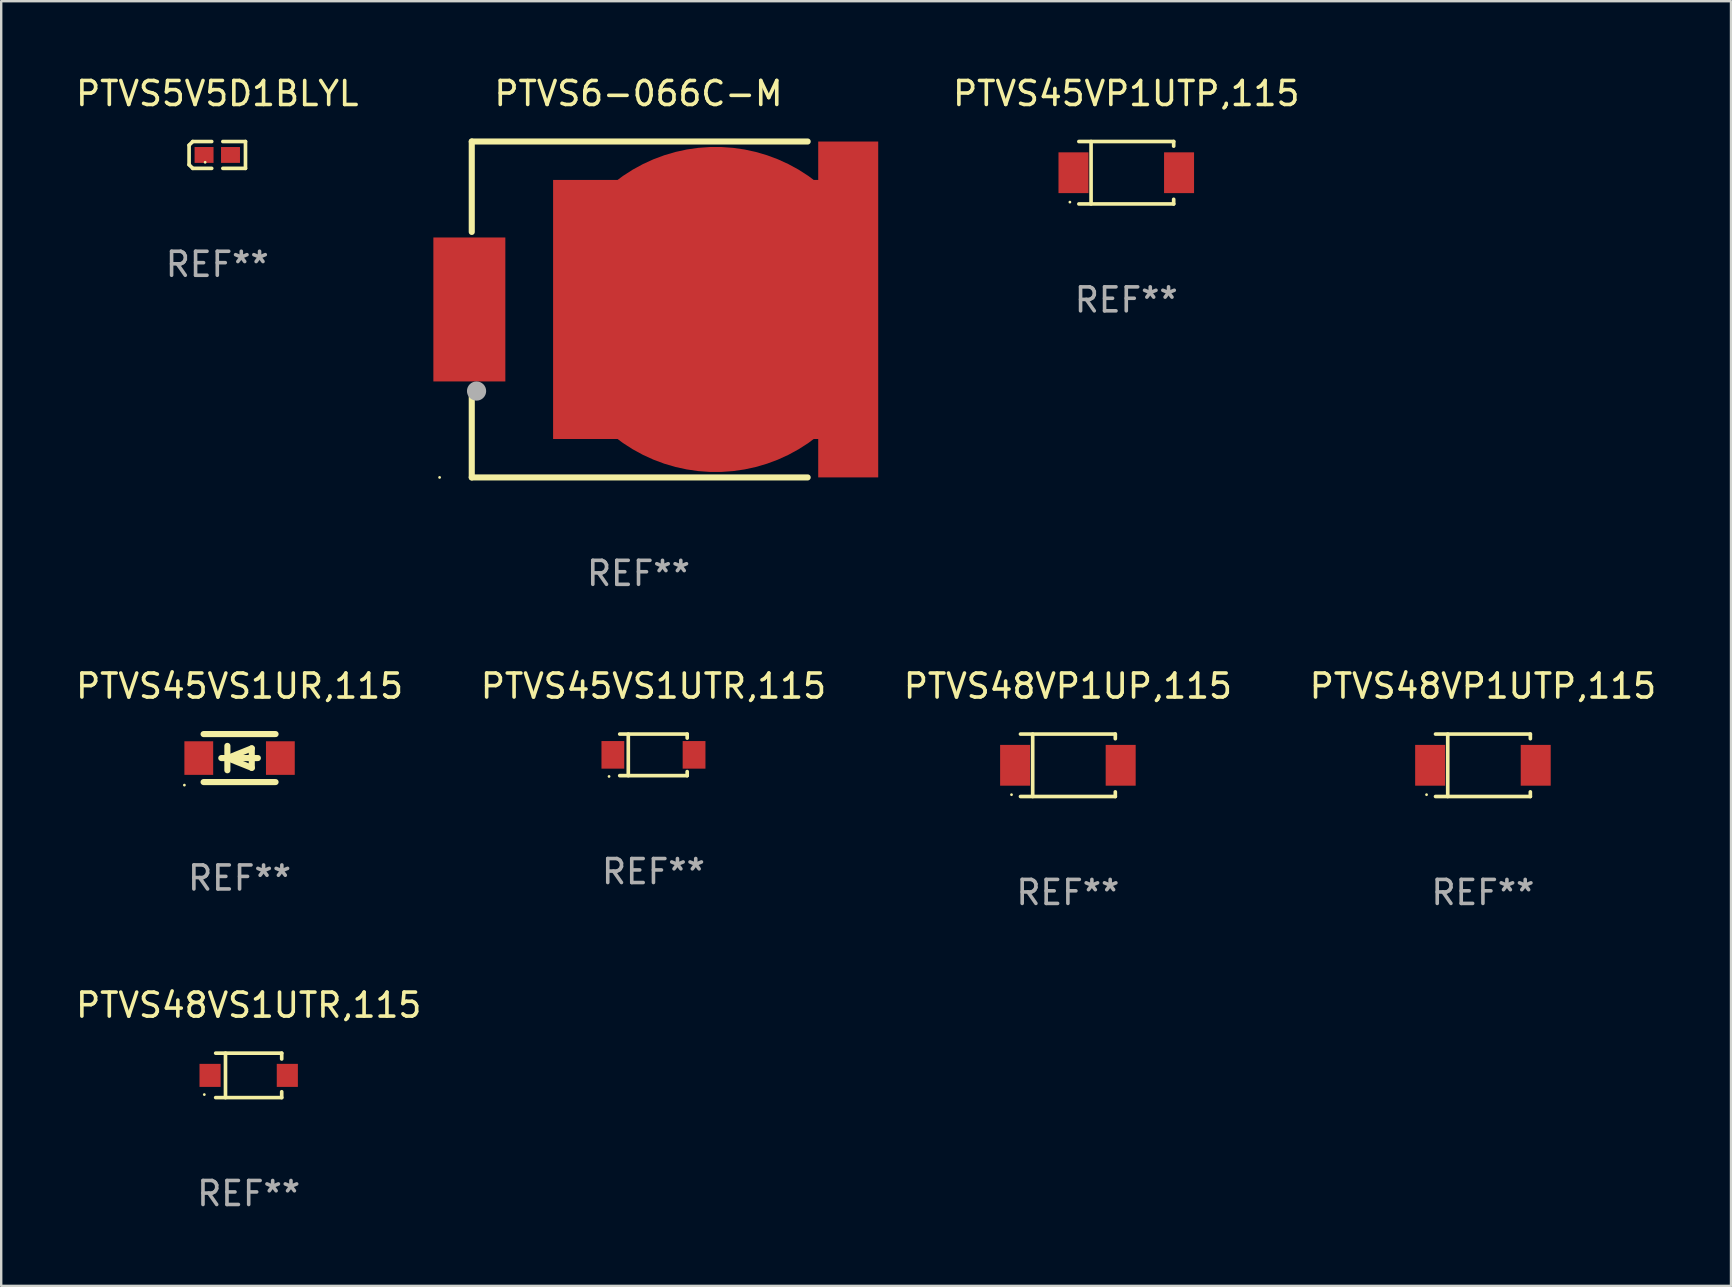
<source format=kicad_pcb>
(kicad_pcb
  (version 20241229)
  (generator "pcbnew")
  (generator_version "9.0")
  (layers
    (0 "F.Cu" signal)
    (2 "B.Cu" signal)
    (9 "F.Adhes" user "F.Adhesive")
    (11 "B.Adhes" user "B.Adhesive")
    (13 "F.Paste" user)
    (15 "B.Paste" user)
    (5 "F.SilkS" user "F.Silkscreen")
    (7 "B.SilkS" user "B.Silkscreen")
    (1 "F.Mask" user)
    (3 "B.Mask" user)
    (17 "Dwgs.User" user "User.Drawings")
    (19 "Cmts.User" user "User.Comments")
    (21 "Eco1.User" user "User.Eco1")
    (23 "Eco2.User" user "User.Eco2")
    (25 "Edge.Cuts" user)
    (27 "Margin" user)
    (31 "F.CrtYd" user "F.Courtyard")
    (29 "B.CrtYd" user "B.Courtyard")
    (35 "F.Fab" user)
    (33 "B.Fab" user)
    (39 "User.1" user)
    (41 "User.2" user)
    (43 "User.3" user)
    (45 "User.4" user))
  (footprint "PTVS6-066C-M"
    (layer "F.Cu")
    (at 23.562 9.848)
    (property "Reference" "PTVS6-066C-M" (at 0 -9 0) (layer "F.SilkS") (effects (font (size 1 1) (thickness 0.15))))
    (attr through_hole)
    (fp_line (start -6.95 -7) (end 7.05 -7) (stroke (width 0.254) (type solid)) (layer "F.SilkS"))
    (fp_line (start -6.95 -3.231) (end -6.95 -7) (stroke (width 0.254) (type solid)) (layer "F.SilkS"))
    (fp_line (start -6.95 3.4) (end -6.95 7) (stroke (width 0.254) (type solid)) (layer "F.SilkS"))
    (fp_line (start -6.95 7) (end 7.05 7) (stroke (width 0.254) (type solid)) (layer "F.SilkS"))
    (fp_circle (center -8.29 7) (end -8.26 7) (stroke (width 0.06) (type solid)) (fill no) (layer "F.SilkS"))
    (fp_circle (center -6.75 3.4) (end -6.55 3.4) (stroke (width 0.4) (type solid)) (fill no) (layer "F.Fab"))
    (fp_text user "REF**" (at 0 11 0) (layer "F.Fab") (effects (font (size 1 1) (thickness 0.15))))
    (pad "1" smd rect (at -7.05 0) (size 3 6) (layers "F.Cu" "F.Mask" "F.Paste"))
    (pad "2" smd custom (at 3.215 0) (size 13.55 14) (layers "F.Cu" "F.Mask" "F.Paste") (options (anchor circle)) (primitives (gr_poly (pts (xy 4.275 -7) (xy 6.775 -7) (xy 6.775 7) (xy 4.275 7) (xy 4.275 5.4) (xy -6.775 5.4) (xy -6.775 -5.4) (xy 4.275 -5.4)) (width 0) (fill yes)))))
  (footprint "PTVS48VP1UTP,115"
    (layer "F.Cu")
    (at 58.756 28.846)
    (property "Reference" "PTVS48VP1UTP,115" (at 0 -3.301 0) (layer "F.SilkS") (effects (font (size 1 1) (thickness 0.15))))
    (attr through_hole)
    (fp_line (start -1.976 -1.301) (end 1.976 -1.301) (stroke (width 0.152) (type solid)) (layer "F.SilkS"))
    (fp_line (start -1.976 1.301) (end 1.976 1.301) (stroke (width 0.152) (type solid)) (layer "F.SilkS"))
    (fp_line (start -1.467 -1.301) (end -1.467 1.301) (stroke (width 0.152) (type solid)) (layer "F.SilkS"))
    (fp_line (start 1.976 -1.301) (end 1.976 -1.108) (stroke (width 0.152) (type solid)) (layer "F.SilkS"))
    (fp_line (start 1.976 1.301) (end 1.976 1.108) (stroke (width 0.152) (type solid)) (layer "F.SilkS"))
    (fp_circle (center -2.35 1.225) (end -2.32 1.225) (stroke (width 0.06) (type solid)) (fill no) (layer "F.SilkS"))
    (fp_text user "REF**" (at 0 5.301 0) (layer "F.Fab") (effects (font (size 1 1) (thickness 0.15))))
    (pad "1" smd rect (at -2.2 0 180) (size 1.25 1.7) (layers "F.Cu" "F.Mask" "F.Paste"))
    (pad "2" smd rect (at 2.2 0 180) (size 1.25 1.7) (layers "F.Cu" "F.Mask" "F.Paste")))
  (footprint "PTVS45VS1UR,115"
    (layer "F.Cu")
    (at 6.935 28.545)
    (property "Reference" "PTVS45VS1UR,115" (at 0 -3 0) (layer "F.SilkS") (effects (font (size 1 1) (thickness 0.15))))
    (attr through_hole)
    (fp_line (start -1.5 -1) (end 1.5 -1) (stroke (width 0.254) (type solid)) (layer "F.SilkS"))
    (fp_line (start -1.5 1) (end 1.5 1) (stroke (width 0.254) (type solid)) (layer "F.SilkS"))
    (fp_line (start -0.762 0) (end 0.762 0) (stroke (width 0.254) (type solid)) (layer "F.SilkS"))
    (fp_line (start -0.508 -0.508) (end -0.508 0.508) (stroke (width 0.254) (type solid)) (layer "F.SilkS"))
    (fp_line (start -0.508 0) (end 0.508 -0.406) (stroke (width 0.254) (type solid)) (layer "F.SilkS"))
    (fp_line (start 0.508 -0.406) (end 0.508 0.406) (stroke (width 0.254) (type solid)) (layer "F.SilkS"))
    (fp_line (start 0.508 0.406) (end -0.508 0) (stroke (width 0.254) (type solid)) (layer "F.SilkS"))
    (fp_circle (center -2.3 1.127) (end -2.27 1.127) (stroke (width 0.06) (type solid)) (fill no) (layer "F.SilkS"))
    (fp_text user "REF**" (at 0 5 0) (layer "F.Fab") (effects (font (size 1 1) (thickness 0.15))))
    (pad "1" smd rect (at -1.7 0) (size 1.2 1.4) (layers "F.Cu" "F.Mask" "F.Paste"))
    (pad "2" smd rect (at 1.7 0) (size 1.2 1.4) (layers "F.Cu" "F.Mask" "F.Paste")))
  (footprint "PTVS45VS1UTR,115"
    (layer "F.Cu")
    (at 24.185 28.411)
    (property "Reference" "PTVS45VS1UTR,115" (at 0 -2.866 0) (layer "F.SilkS") (effects (font (size 1 1) (thickness 0.15))))
    (attr through_hole)
    (fp_line (start -1.406 -0.866) (end 1.406 -0.866) (stroke (width 0.152) (type solid)) (layer "F.SilkS"))
    (fp_line (start -1.406 0.866) (end 1.406 0.866) (stroke (width 0.152) (type solid)) (layer "F.SilkS"))
    (fp_line (start -1.049 -0.866) (end -1.049 0.866) (stroke (width 0.152) (type solid)) (layer "F.SilkS"))
    (fp_line (start 1.406 -0.866) (end 1.406 -0.698) (stroke (width 0.152) (type solid)) (layer "F.SilkS"))
    (fp_line (start 1.406 0.866) (end 1.406 0.698) (stroke (width 0.152) (type solid)) (layer "F.SilkS"))
    (fp_circle (center -1.851 0.9) (end -1.821 0.9) (stroke (width 0.06) (type solid)) (fill no) (layer "F.SilkS"))
    (fp_text user "REF**" (at 0 4.866 0) (layer "F.Fab") (effects (font (size 1 1) (thickness 0.15))))
    (pad "1" smd rect (at -1.692 0) (size 0.95 1.15) (layers "F.Cu" "F.Mask" "F.Paste"))
    (pad "2" smd rect (at 1.692 0) (size 0.95 1.15) (layers "F.Cu" "F.Mask" "F.Paste")))
  (footprint "PTVS5V5D1BLYL"
    (layer "F.Cu")
    (at 6.006 3.408)
    (property "Reference" "PTVS5V5D1BLYL" (at 0 -2.559 0) (layer "F.SilkS") (effects (font (size 1 1) (thickness 0.15))))
    (attr through_hole)
    (fp_line (start -1.175 -0.407) (end -1.023 -0.559) (stroke (width 0.152) (type solid)) (layer "F.SilkS"))
    (fp_line (start -1.175 0.407) (end -1.175 -0.407) (stroke (width 0.152) (type solid)) (layer "F.SilkS"))
    (fp_line (start -1.023 -0.559) (end -0.232 -0.559) (stroke (width 0.152) (type solid)) (layer "F.SilkS"))
    (fp_line (start -1.023 0.559) (end -1.175 0.407) (stroke (width 0.152) (type solid)) (layer "F.SilkS"))
    (fp_line (start -0.232 0.559) (end -1.023 0.559) (stroke (width 0.152) (type solid)) (layer "F.SilkS"))
    (fp_line (start 0.232 0.559) (end 1.175 0.559) (stroke (width 0.152) (type solid)) (layer "F.SilkS"))
    (fp_line (start 1.175 -0.559) (end 0.232 -0.559) (stroke (width 0.152) (type solid)) (layer "F.SilkS"))
    (fp_line (start 1.175 0.559) (end 1.175 -0.559) (stroke (width 0.152) (type solid)) (layer "F.SilkS"))
    (fp_circle (center -0.506 0.306) (end -0.476 0.306) (stroke (width 0.06) (type solid)) (fill no) (layer "F.SilkS"))
    (fp_text user "REF**" (at 0 4.559 0) (layer "F.Fab") (effects (font (size 1 1) (thickness 0.15))))
    (pad "1" smd rect (at -0.551 0) (size 0.79 0.661) (layers "F.Cu" "F.Mask" "F.Paste"))
    (pad "2" smd rect (at 0.551 0) (size 0.79 0.661) (layers "F.Cu" "F.Mask" "F.Paste")))
  (footprint "PTVS45VP1UTP,115"
    (layer "F.Cu")
    (at 43.891 4.149)
    (property "Reference" "PTVS45VP1UTP,115" (at 0 -3.301 0) (layer "F.SilkS") (effects (font (size 1 1) (thickness 0.15))))
    (attr through_hole)
    (fp_line (start -1.976 -1.301) (end 1.976 -1.301) (stroke (width 0.152) (type solid)) (layer "F.SilkS"))
    (fp_line (start -1.976 1.301) (end 1.976 1.301) (stroke (width 0.152) (type solid)) (layer "F.SilkS"))
    (fp_line (start -1.467 -1.301) (end -1.467 1.301) (stroke (width 0.152) (type solid)) (layer "F.SilkS"))
    (fp_line (start 1.976 -1.301) (end 1.976 -1.108) (stroke (width 0.152) (type solid)) (layer "F.SilkS"))
    (fp_line (start 1.976 1.301) (end 1.976 1.108) (stroke (width 0.152) (type solid)) (layer "F.SilkS"))
    (fp_circle (center -2.35 1.225) (end -2.32 1.225) (stroke (width 0.06) (type solid)) (fill no) (layer "F.SilkS"))
    (fp_text user "REF**" (at 0 5.301 0) (layer "F.Fab") (effects (font (size 1 1) (thickness 0.15))))
    (pad "1" smd rect (at -2.2 0 180) (size 1.25 1.7) (layers "F.Cu" "F.Mask" "F.Paste"))
    (pad "2" smd rect (at 2.2 0 180) (size 1.25 1.7) (layers "F.Cu" "F.Mask" "F.Paste")))
  (footprint "PTVS48VP1UP,115"
    (layer "F.Cu")
    (at 41.458 28.846)
    (property "Reference" "PTVS48VP1UP,115" (at 0 -3.301 0) (layer "F.SilkS") (effects (font (size 1 1) (thickness 0.15))))
    (attr through_hole)
    (fp_line (start -1.976 -1.301) (end 1.976 -1.301) (stroke (width 0.152) (type solid)) (layer "F.SilkS"))
    (fp_line (start -1.976 1.301) (end 1.976 1.301) (stroke (width 0.152) (type solid)) (layer "F.SilkS"))
    (fp_line (start -1.467 -1.301) (end -1.467 1.301) (stroke (width 0.152) (type solid)) (layer "F.SilkS"))
    (fp_line (start 1.976 -1.301) (end 1.976 -1.108) (stroke (width 0.152) (type solid)) (layer "F.SilkS"))
    (fp_line (start 1.976 1.301) (end 1.976 1.108) (stroke (width 0.152) (type solid)) (layer "F.SilkS"))
    (fp_circle (center -2.35 1.225) (end -2.32 1.225) (stroke (width 0.06) (type solid)) (fill no) (layer "F.SilkS"))
    (fp_text user "REF**" (at 0 5.301 0) (layer "F.Fab") (effects (font (size 1 1) (thickness 0.15))))
    (pad "1" smd rect (at -2.2 0 180) (size 1.25 1.7) (layers "F.Cu" "F.Mask" "F.Paste"))
    (pad "2" smd rect (at 2.2 0 180) (size 1.25 1.7) (layers "F.Cu" "F.Mask" "F.Paste")))
  (footprint "PTVS48VS1UTR,115"
    (layer "F.Cu")
    (at 7.315 41.77)
    (property "Reference" "PTVS48VS1UTR,115" (at 0 -2.926 0) (layer "F.SilkS") (effects (font (size 1 1) (thickness 0.15))))
    (attr through_hole)
    (fp_line (start -1.376 -0.926) (end 1.376 -0.926) (stroke (width 0.152) (type solid)) (layer "F.SilkS"))
    (fp_line (start -1.376 0.926) (end 1.376 0.926) (stroke (width 0.152) (type solid)) (layer "F.SilkS"))
    (fp_line (start -0.967 -0.926) (end -0.967 0.926) (stroke (width 0.152) (type solid)) (layer "F.SilkS"))
    (fp_line (start 1.376 -0.926) (end 1.376 -0.683) (stroke (width 0.152) (type solid)) (layer "F.SilkS"))
    (fp_line (start 1.376 0.926) (end 1.376 0.683) (stroke (width 0.152) (type solid)) (layer "F.SilkS"))
    (fp_circle (center -1.85 0.8) (end -1.82 0.8) (stroke (width 0.06) (type solid)) (fill no) (layer "F.SilkS"))
    (fp_text user "REF**" (at 0 4.926 0) (layer "F.Fab") (effects (font (size 1 1) (thickness 0.15))))
    (pad "1" smd rect (at -1.61 0) (size 0.88 0.96) (layers "F.Cu" "F.Mask" "F.Paste"))
    (pad "2" smd rect (at 1.61 0) (size 0.88 0.96) (layers "F.Cu" "F.Mask" "F.Paste")))
  (gr_rect
    (start -3 -3)
    (end 69.095 50.544)
    (stroke (width 0.1) (type default))
    (fill no)
    (layer "Edge.Cuts")))
</source>
